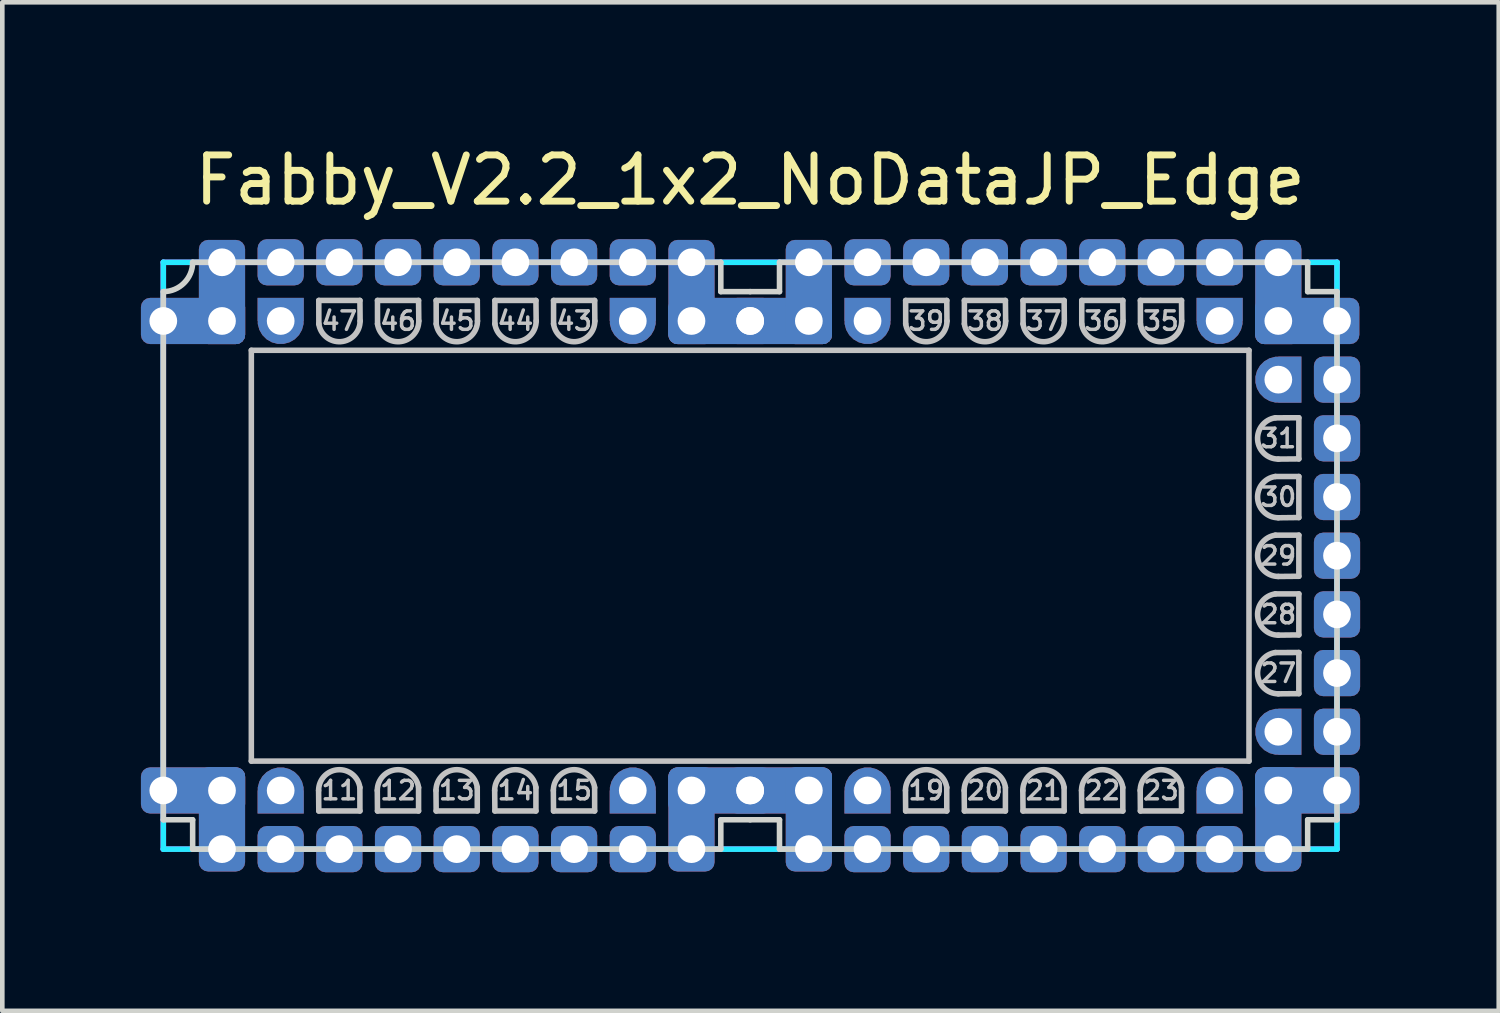
<source format=kicad_pcb>
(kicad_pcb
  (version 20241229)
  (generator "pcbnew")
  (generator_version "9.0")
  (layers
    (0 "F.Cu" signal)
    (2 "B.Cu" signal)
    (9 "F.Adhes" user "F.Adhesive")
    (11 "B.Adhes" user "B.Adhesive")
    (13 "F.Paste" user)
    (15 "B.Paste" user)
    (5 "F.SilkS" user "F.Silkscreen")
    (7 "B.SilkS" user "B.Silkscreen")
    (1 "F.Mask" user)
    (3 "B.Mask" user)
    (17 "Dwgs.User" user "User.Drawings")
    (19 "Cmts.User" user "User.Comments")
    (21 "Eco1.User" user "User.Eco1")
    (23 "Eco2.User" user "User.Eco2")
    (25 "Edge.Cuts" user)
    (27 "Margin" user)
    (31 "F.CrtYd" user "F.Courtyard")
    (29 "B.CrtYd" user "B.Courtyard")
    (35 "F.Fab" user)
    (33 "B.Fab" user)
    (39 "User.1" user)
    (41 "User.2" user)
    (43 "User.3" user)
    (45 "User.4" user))
  (footprint "Fabby_V2.2_1x2_NoDataJP_Edge"
    (layer "F.Cu")
    (at 13.184 8.976)
    (property "Reference" "Fabby_V2.2_1x2_NoDataJP_Edge" (at 0 -8.128 0) (layer "F.SilkS") (effects (font (size 1 1) (thickness 0.15))))
    (attr through_hole)
    (fp_line (start -10.795 -4.445) (end 10.795 -4.445) (stroke (width 0.12) (type solid)) (layer "Dwgs.User"))
    (fp_line (start -10.795 4.445) (end -10.795 -4.445) (stroke (width 0.12) (type solid)) (layer "Dwgs.User"))
    (fp_line (start -9.339 5.08) (end -9.335 5.524) (stroke (width 0.12) (type solid)) (layer "Dwgs.User"))
    (fp_line (start -9.335 -5.524) (end -9.334 -5.017) (stroke (width 0.12) (type solid)) (layer "Dwgs.User"))
    (fp_line (start -9.335 5.524) (end -8.445 5.524) (stroke (width 0.12) (type solid)) (layer "Dwgs.User"))
    (fp_line (start -8.445 -5.524) (end -9.335 -5.524) (stroke (width 0.12) (type solid)) (layer "Dwgs.User"))
    (fp_line (start -8.445 5.524) (end -8.446 5.017) (stroke (width 0.12) (type solid)) (layer "Dwgs.User"))
    (fp_line (start -8.441 -5.08) (end -8.445 -5.524) (stroke (width 0.12) (type solid)) (layer "Dwgs.User"))
    (fp_line (start -8.069 5.08) (end -8.065 5.524) (stroke (width 0.12) (type solid)) (layer "Dwgs.User"))
    (fp_line (start -8.065 -5.524) (end -8.064 -5.017) (stroke (width 0.12) (type solid)) (layer "Dwgs.User"))
    (fp_line (start -8.065 5.524) (end -7.176 5.524) (stroke (width 0.12) (type solid)) (layer "Dwgs.User"))
    (fp_line (start -7.176 -5.524) (end -8.065 -5.524) (stroke (width 0.12) (type solid)) (layer "Dwgs.User"))
    (fp_line (start -7.176 5.524) (end -7.176 5.017) (stroke (width 0.12) (type solid)) (layer "Dwgs.User"))
    (fp_line (start -7.171 -5.08) (end -7.176 -5.524) (stroke (width 0.12) (type solid)) (layer "Dwgs.User"))
    (fp_line (start -6.799 5.08) (end -6.795 5.524) (stroke (width 0.12) (type solid)) (layer "Dwgs.User"))
    (fp_line (start -6.795 -5.524) (end -6.794 -5.017) (stroke (width 0.12) (type solid)) (layer "Dwgs.User"))
    (fp_line (start -6.795 5.524) (end -5.905 5.524) (stroke (width 0.12) (type solid)) (layer "Dwgs.User"))
    (fp_line (start -5.905 -5.524) (end -6.795 -5.524) (stroke (width 0.12) (type solid)) (layer "Dwgs.User"))
    (fp_line (start -5.905 5.524) (end -5.906 5.017) (stroke (width 0.12) (type solid)) (layer "Dwgs.User"))
    (fp_line (start -5.901 -5.08) (end -5.905 -5.524) (stroke (width 0.12) (type solid)) (layer "Dwgs.User"))
    (fp_line (start -5.529 5.08) (end -5.524 5.524) (stroke (width 0.12) (type solid)) (layer "Dwgs.User"))
    (fp_line (start -5.524 -5.524) (end -5.524 -5.017) (stroke (width 0.12) (type solid)) (layer "Dwgs.User"))
    (fp_line (start -5.524 5.524) (end -4.636 5.524) (stroke (width 0.12) (type solid)) (layer "Dwgs.User"))
    (fp_line (start -4.636 -5.524) (end -5.524 -5.524) (stroke (width 0.12) (type solid)) (layer "Dwgs.User"))
    (fp_line (start -4.636 5.524) (end -4.636 5.017) (stroke (width 0.12) (type solid)) (layer "Dwgs.User"))
    (fp_line (start -4.631 -5.08) (end -4.636 -5.524) (stroke (width 0.12) (type solid)) (layer "Dwgs.User"))
    (fp_line (start -4.259 5.08) (end -4.255 5.524) (stroke (width 0.12) (type solid)) (layer "Dwgs.User"))
    (fp_line (start -4.255 -5.524) (end -4.254 -5.017) (stroke (width 0.12) (type solid)) (layer "Dwgs.User"))
    (fp_line (start -4.255 5.524) (end -3.365 5.524) (stroke (width 0.12) (type solid)) (layer "Dwgs.User"))
    (fp_line (start -3.365 -5.524) (end -4.255 -5.524) (stroke (width 0.12) (type solid)) (layer "Dwgs.User"))
    (fp_line (start -3.365 5.524) (end -3.366 5.017) (stroke (width 0.12) (type solid)) (layer "Dwgs.User"))
    (fp_line (start -3.361 -5.08) (end -3.365 -5.524) (stroke (width 0.12) (type solid)) (layer "Dwgs.User"))
    (fp_line (start 3.361 5.08) (end 3.365 5.524) (stroke (width 0.12) (type solid)) (layer "Dwgs.User"))
    (fp_line (start 3.365 -5.524) (end 3.366 -5.017) (stroke (width 0.12) (type solid)) (layer "Dwgs.User"))
    (fp_line (start 3.365 5.524) (end 4.255 5.524) (stroke (width 0.12) (type solid)) (layer "Dwgs.User"))
    (fp_line (start 4.255 -5.524) (end 3.365 -5.524) (stroke (width 0.12) (type solid)) (layer "Dwgs.User"))
    (fp_line (start 4.255 5.524) (end 4.254 5.017) (stroke (width 0.12) (type solid)) (layer "Dwgs.User"))
    (fp_line (start 4.259 -5.08) (end 4.255 -5.524) (stroke (width 0.12) (type solid)) (layer "Dwgs.User"))
    (fp_line (start 4.631 5.08) (end 4.636 5.524) (stroke (width 0.12) (type solid)) (layer "Dwgs.User"))
    (fp_line (start 4.636 -5.524) (end 4.636 -5.017) (stroke (width 0.12) (type solid)) (layer "Dwgs.User"))
    (fp_line (start 4.636 5.524) (end 5.524 5.524) (stroke (width 0.12) (type solid)) (layer "Dwgs.User"))
    (fp_line (start 5.524 -5.524) (end 4.636 -5.524) (stroke (width 0.12) (type solid)) (layer "Dwgs.User"))
    (fp_line (start 5.524 5.524) (end 5.524 5.017) (stroke (width 0.12) (type solid)) (layer "Dwgs.User"))
    (fp_line (start 5.529 -5.08) (end 5.524 -5.524) (stroke (width 0.12) (type solid)) (layer "Dwgs.User"))
    (fp_line (start 5.901 5.08) (end 5.905 5.524) (stroke (width 0.12) (type solid)) (layer "Dwgs.User"))
    (fp_line (start 5.905 -5.524) (end 5.906 -5.017) (stroke (width 0.12) (type solid)) (layer "Dwgs.User"))
    (fp_line (start 5.905 5.524) (end 6.795 5.524) (stroke (width 0.12) (type solid)) (layer "Dwgs.User"))
    (fp_line (start 6.795 -5.524) (end 5.905 -5.524) (stroke (width 0.12) (type solid)) (layer "Dwgs.User"))
    (fp_line (start 6.795 5.524) (end 6.794 5.017) (stroke (width 0.12) (type solid)) (layer "Dwgs.User"))
    (fp_line (start 6.799 -5.08) (end 6.795 -5.524) (stroke (width 0.12) (type solid)) (layer "Dwgs.User"))
    (fp_line (start 7.171 5.08) (end 7.176 5.524) (stroke (width 0.12) (type solid)) (layer "Dwgs.User"))
    (fp_line (start 7.176 -5.524) (end 7.176 -5.017) (stroke (width 0.12) (type solid)) (layer "Dwgs.User"))
    (fp_line (start 7.176 5.524) (end 8.065 5.524) (stroke (width 0.12) (type solid)) (layer "Dwgs.User"))
    (fp_line (start 8.065 -5.524) (end 7.176 -5.524) (stroke (width 0.12) (type solid)) (layer "Dwgs.User"))
    (fp_line (start 8.065 5.524) (end 8.064 5.017) (stroke (width 0.12) (type solid)) (layer "Dwgs.User"))
    (fp_line (start 8.069 -5.08) (end 8.065 -5.524) (stroke (width 0.12) (type solid)) (layer "Dwgs.User"))
    (fp_line (start 8.441 5.08) (end 8.445 5.524) (stroke (width 0.12) (type solid)) (layer "Dwgs.User"))
    (fp_line (start 8.445 -5.524) (end 8.446 -5.017) (stroke (width 0.12) (type solid)) (layer "Dwgs.User"))
    (fp_line (start 8.445 5.524) (end 9.335 5.524) (stroke (width 0.12) (type solid)) (layer "Dwgs.User"))
    (fp_line (start 9.335 -5.524) (end 8.445 -5.524) (stroke (width 0.12) (type solid)) (layer "Dwgs.User"))
    (fp_line (start 9.335 5.524) (end 9.334 5.017) (stroke (width 0.12) (type solid)) (layer "Dwgs.User"))
    (fp_line (start 9.339 -5.08) (end 9.335 -5.524) (stroke (width 0.12) (type solid)) (layer "Dwgs.User"))
    (fp_line (start 10.795 -4.445) (end 10.795 4.445) (stroke (width 0.12) (type solid)) (layer "Dwgs.User"))
    (fp_line (start 10.795 4.445) (end -10.795 4.445) (stroke (width 0.12) (type solid)) (layer "Dwgs.User"))
    (fp_line (start 11.43 -2.091) (end 11.874 -2.095) (stroke (width 0.12) (type solid)) (layer "Dwgs.User"))
    (fp_line (start 11.43 -0.821) (end 11.874 -0.826) (stroke (width 0.12) (type solid)) (layer "Dwgs.User"))
    (fp_line (start 11.43 0.449) (end 11.874 0.445) (stroke (width 0.12) (type solid)) (layer "Dwgs.User"))
    (fp_line (start 11.43 1.719) (end 11.874 1.714) (stroke (width 0.12) (type solid)) (layer "Dwgs.User"))
    (fp_line (start 11.43 2.989) (end 11.874 2.985) (stroke (width 0.12) (type solid)) (layer "Dwgs.User"))
    (fp_line (start 11.874 -2.985) (end 11.367 -2.984) (stroke (width 0.12) (type solid)) (layer "Dwgs.User"))
    (fp_line (start 11.874 -2.095) (end 11.874 -2.985) (stroke (width 0.12) (type solid)) (layer "Dwgs.User"))
    (fp_line (start 11.874 -1.714) (end 11.367 -1.714) (stroke (width 0.12) (type solid)) (layer "Dwgs.User"))
    (fp_line (start 11.874 -0.826) (end 11.874 -1.714) (stroke (width 0.12) (type solid)) (layer "Dwgs.User"))
    (fp_line (start 11.874 -0.445) (end 11.367 -0.444) (stroke (width 0.12) (type solid)) (layer "Dwgs.User"))
    (fp_line (start 11.874 0.445) (end 11.874 -0.445) (stroke (width 0.12) (type solid)) (layer "Dwgs.User"))
    (fp_line (start 11.874 0.826) (end 11.367 0.826) (stroke (width 0.12) (type solid)) (layer "Dwgs.User"))
    (fp_line (start 11.874 1.714) (end 11.874 0.826) (stroke (width 0.12) (type solid)) (layer "Dwgs.User"))
    (fp_line (start 11.874 2.095) (end 11.367 2.096) (stroke (width 0.12) (type solid)) (layer "Dwgs.User"))
    (fp_line (start 11.874 2.985) (end 11.874 2.095) (stroke (width 0.12) (type solid)) (layer "Dwgs.User"))
    (fp_arc (start -9.339012 5.079999) (mid -8.921829 4.632118) (end -8.445501 5.016501) (stroke (width 0.12) (type solid)) (layer "Dwgs.User"))
    (fp_arc (start -8.440988 -5.079999) (mid -8.858171 -4.632118) (end -9.334499 -5.016501) (stroke (width 0.12) (type solid)) (layer "Dwgs.User"))
    (fp_arc (start -8.069012 5.079999) (mid -7.651829 4.632118) (end -7.175501 5.016501) (stroke (width 0.12) (type solid)) (layer "Dwgs.User"))
    (fp_arc (start -7.170988 -5.079999) (mid -7.588171 -4.632118) (end -8.064499 -5.016501) (stroke (width 0.12) (type solid)) (layer "Dwgs.User"))
    (fp_arc (start -6.799012 5.079999) (mid -6.381829 4.632118) (end -5.905501 5.016501) (stroke (width 0.12) (type solid)) (layer "Dwgs.User"))
    (fp_arc (start -5.900988 -5.079999) (mid -6.318171 -4.632118) (end -6.794499 -5.016501) (stroke (width 0.12) (type solid)) (layer "Dwgs.User"))
    (fp_arc (start -5.529012 5.079999) (mid -5.111829 4.632118) (end -4.635501 5.016501) (stroke (width 0.12) (type solid)) (layer "Dwgs.User"))
    (fp_arc (start -4.630988 -5.079999) (mid -5.048171 -4.632118) (end -5.524499 -5.016501) (stroke (width 0.12) (type solid)) (layer "Dwgs.User"))
    (fp_arc (start -4.259012 5.079999) (mid -3.841829 4.632118) (end -3.365501 5.016501) (stroke (width 0.12) (type solid)) (layer "Dwgs.User"))
    (fp_arc (start -3.360988 -5.079999) (mid -3.778171 -4.632118) (end -4.254499 -5.016501) (stroke (width 0.12) (type solid)) (layer "Dwgs.User"))
    (fp_arc (start 3.360988 5.079999) (mid 3.778171 4.632118) (end 4.254499 5.016501) (stroke (width 0.12) (type solid)) (layer "Dwgs.User"))
    (fp_arc (start 4.259012 -5.079999) (mid 3.841829 -4.632118) (end 3.365501 -5.016501) (stroke (width 0.12) (type solid)) (layer "Dwgs.User"))
    (fp_arc (start 4.630988 5.079999) (mid 5.048171 4.632118) (end 5.524499 5.016501) (stroke (width 0.12) (type solid)) (layer "Dwgs.User"))
    (fp_arc (start 5.529012 -5.079999) (mid 5.111829 -4.632118) (end 4.635501 -5.016501) (stroke (width 0.12) (type solid)) (layer "Dwgs.User"))
    (fp_arc (start 5.900988 5.079999) (mid 6.318171 4.632118) (end 6.794499 5.016501) (stroke (width 0.12) (type solid)) (layer "Dwgs.User"))
    (fp_arc (start 6.799012 -5.079999) (mid 6.381829 -4.632118) (end 5.905501 -5.016501) (stroke (width 0.12) (type solid)) (layer "Dwgs.User"))
    (fp_arc (start 7.170988 5.079999) (mid 7.588171 4.632118) (end 8.064499 5.016501) (stroke (width 0.12) (type solid)) (layer "Dwgs.User"))
    (fp_arc (start 8.069012 -5.079999) (mid 7.651829 -4.632118) (end 7.175501 -5.016501) (stroke (width 0.12) (type solid)) (layer "Dwgs.User"))
    (fp_arc (start 8.440988 5.079999) (mid 8.858171 4.632118) (end 9.334499 5.016501) (stroke (width 0.12) (type solid)) (layer "Dwgs.User"))
    (fp_arc (start 9.339012 -5.079999) (mid 8.921829 -4.632118) (end 8.445501 -5.016501) (stroke (width 0.12) (type solid)) (layer "Dwgs.User"))
    (fp_arc (start 11.429999 -2.090988) (mid 10.982118 -2.508171) (end 11.366501 -2.984499) (stroke (width 0.12) (type solid)) (layer "Dwgs.User"))
    (fp_arc (start 11.429999 -0.820988) (mid 10.982118 -1.238171) (end 11.366501 -1.714499) (stroke (width 0.12) (type solid)) (layer "Dwgs.User"))
    (fp_arc (start 11.429999 0.449012) (mid 10.982118 0.031829) (end 11.366501 -0.444499) (stroke (width 0.12) (type solid)) (layer "Dwgs.User"))
    (fp_arc (start 11.429999 1.719012) (mid 10.982118 1.301829) (end 11.366501 0.825501) (stroke (width 0.12) (type solid)) (layer "Dwgs.User"))
    (fp_arc (start 11.429999 2.989012) (mid 10.982118 2.571829) (end 11.366501 2.095501) (stroke (width 0.12) (type solid)) (layer "Dwgs.User"))
    (fp_line (start -12.7 -5.715) (end -12.7 5.715) (stroke (width 0.12) (type solid)) (layer "Edge.Cuts"))
    (fp_line (start -12.7 5.715) (end -12.065 5.715) (stroke (width 0.12) (type solid)) (layer "Edge.Cuts"))
    (fp_line (start -12.065 -6.35) (end -0.635 -6.35) (stroke (width 0.12) (type solid)) (layer "Edge.Cuts"))
    (fp_line (start -12.065 5.715) (end -12.065 6.35) (stroke (width 0.12) (type solid)) (layer "Edge.Cuts"))
    (fp_line (start -0.635 -6.35) (end -0.635 -5.715) (stroke (width 0.12) (type solid)) (layer "Edge.Cuts"))
    (fp_line (start -0.635 -5.715) (end 0 -5.715) (stroke (width 0.12) (type solid)) (layer "Edge.Cuts"))
    (fp_line (start -0.635 5.715) (end 0 5.715) (stroke (width 0.12) (type solid)) (layer "Edge.Cuts"))
    (fp_line (start -0.635 6.35) (end -12.065 6.35) (stroke (width 0.12) (type solid)) (layer "Edge.Cuts"))
    (fp_line (start -0.635 6.35) (end -0.635 5.715) (stroke (width 0.12) (type solid)) (layer "Edge.Cuts"))
    (fp_line (start 0 -5.715) (end 0.635 -5.715) (stroke (width 0.12) (type solid)) (layer "Edge.Cuts"))
    (fp_line (start 0 5.715) (end 0.635 5.715) (stroke (width 0.12) (type solid)) (layer "Edge.Cuts"))
    (fp_line (start 0.635 -6.35) (end 12.065 -6.35) (stroke (width 0.12) (type solid)) (layer "Edge.Cuts"))
    (fp_line (start 0.635 -5.715) (end 0.635 -6.35) (stroke (width 0.12) (type solid)) (layer "Edge.Cuts"))
    (fp_line (start 0.635 6.35) (end 0.635 5.715) (stroke (width 0.12) (type solid)) (layer "Edge.Cuts"))
    (fp_line (start 0.635 6.35) (end 12.065 6.35) (stroke (width 0.12) (type solid)) (layer "Edge.Cuts"))
    (fp_line (start 12.065 -6.35) (end 12.065 -5.715) (stroke (width 0.12) (type solid)) (layer "Edge.Cuts"))
    (fp_line (start 12.065 -5.715) (end 12.7 -5.715) (stroke (width 0.12) (type solid)) (layer "Edge.Cuts"))
    (fp_line (start 12.065 6.35) (end 12.065 5.715) (stroke (width 0.12) (type solid)) (layer "Edge.Cuts"))
    (fp_line (start 12.7 -5.715) (end 12.7 5.715) (stroke (width 0.12) (type solid)) (layer "Edge.Cuts"))
    (fp_line (start 12.7 5.715) (end 12.065 5.715) (stroke (width 0.12) (type solid)) (layer "Edge.Cuts"))
    (fp_arc (start -12.065 -6.35) (mid -12.250987 -5.900987) (end -12.7 -5.715) (stroke (width 0.12) (type solid)) (layer "Edge.Cuts"))
    (fp_line (start -12.7 -6.35) (end 12.7 -6.35) (stroke (width 0.12) (type solid)) (layer "B.CrtYd"))
    (fp_line (start -12.7 6.35) (end -12.7 -6.35) (stroke (width 0.12) (type solid)) (layer "B.CrtYd"))
    (fp_line (start 12.7 -6.35) (end 12.7 6.35) (stroke (width 0.12) (type solid)) (layer "B.CrtYd"))
    (fp_line (start 12.7 6.35) (end -12.7 6.35) (stroke (width 0.12) (type solid)) (layer "B.CrtYd"))
    (fp_line (start -12.7 -6.35) (end 12.7 -6.35) (stroke (width 0.12) (type solid)) (layer "F.CrtYd"))
    (fp_line (start -12.7 6.35) (end -12.7 -6.35) (stroke (width 0.12) (type solid)) (layer "F.CrtYd"))
    (fp_line (start 12.7 -6.35) (end 12.7 6.35) (stroke (width 0.12) (type solid)) (layer "F.CrtYd"))
    (fp_line (start 12.7 6.35) (end -12.7 6.35) (stroke (width 0.12) (type solid)) (layer "F.CrtYd"))
    (fp_text user "14" (at -5.08 5.08 0) (layer "Dwgs.User") (effects (font (size 0.4 0.4) (thickness 0.075))))
    (fp_text user "43" (at -3.81 -5.08 0) (layer "Dwgs.User") (effects (font (size 0.4 0.4) (thickness 0.075))))
    (fp_text user "30" (at 11.43 -1.27 0) (layer "Dwgs.User") (effects (font (size 0.4 0.4) (thickness 0.075))))
    (fp_text user "22" (at 7.62 5.08 0) (layer "Dwgs.User") (effects (font (size 0.4 0.4) (thickness 0.075))))
    (fp_text user "29" (at 11.43 0 0) (layer "Dwgs.User") (effects (font (size 0.4 0.4) (thickness 0.075))))
    (fp_text user "37" (at 6.35 -5.08 0) (layer "Dwgs.User") (effects (font (size 0.4 0.4) (thickness 0.075))))
    (fp_text user "23" (at 8.89 5.08 0) (layer "Dwgs.User") (effects (font (size 0.4 0.4) (thickness 0.075))))
    (fp_text user "11" (at -8.89 5.08 0) (layer "Dwgs.User") (effects (font (size 0.4 0.4) (thickness 0.075))))
    (fp_text user "35" (at 8.89 -5.08 0) (layer "Dwgs.User") (effects (font (size 0.4 0.4) (thickness 0.075))))
    (fp_text user "15" (at -3.81 5.08 0) (layer "Dwgs.User") (effects (font (size 0.4 0.4) (thickness 0.075))))
    (fp_text user "44" (at -5.08 -5.08 0) (layer "Dwgs.User") (effects (font (size 0.4 0.4) (thickness 0.075))))
    (fp_text user "12" (at -7.62 5.08 0) (layer "Dwgs.User") (effects (font (size 0.4 0.4) (thickness 0.075))))
    (fp_text user "28" (at 11.43 1.27 0) (layer "Dwgs.User") (effects (font (size 0.4 0.4) (thickness 0.075))))
    (fp_text user "27" (at 11.43 2.54 0) (layer "Dwgs.User") (effects (font (size 0.4 0.4) (thickness 0.075))))
    (fp_text user "46" (at -7.62 -5.08 0) (layer "Dwgs.User") (effects (font (size 0.4 0.4) (thickness 0.075))))
    (fp_text user "20" (at 5.08 5.08 0) (layer "Dwgs.User") (effects (font (size 0.4 0.4) (thickness 0.075))))
    (fp_text user "19" (at 3.81 5.08 0) (layer "Dwgs.User") (effects (font (size 0.4 0.4) (thickness 0.075))))
    (fp_text user "13" (at -6.35 5.08 0) (layer "Dwgs.User") (effects (font (size 0.4 0.4) (thickness 0.075))))
    (fp_text user "45" (at -6.35 -5.08 0) (layer "Dwgs.User") (effects (font (size 0.4 0.4) (thickness 0.075))))
    (fp_text user "21" (at 6.35 5.08 0) (layer "Dwgs.User") (effects (font (size 0.4 0.4) (thickness 0.075))))
    (fp_text user "47" (at -8.89 -5.08 0) (layer "Dwgs.User") (effects (font (size 0.4 0.4) (thickness 0.075))))
    (fp_text user "31" (at 11.43 -2.54 0) (layer "Dwgs.User") (effects (font (size 0.4 0.4) (thickness 0.075))))
    (fp_text user "36" (at 7.62 -5.08 0) (layer "Dwgs.User") (effects (font (size 0.4 0.4) (thickness 0.075))))
    (fp_text user "38" (at 5.08 -5.08 0) (layer "Dwgs.User") (effects (font (size 0.4 0.4) (thickness 0.075))))
    (fp_text user "39" (at 3.81 -5.08 0) (layer "Dwgs.User") (effects (font (size 0.4 0.4) (thickness 0.075))))
    (pad "" thru_hole roundrect (at -10.16 -6.35 270) (size 1 1) (drill 0.6) (layers "*.Cu" "*.Mask") (roundrect_rratio 0.2))
    (pad "" thru_hole roundrect (at -10.16 6.35 270) (size 1 1) (drill 0.6) (layers "*.Cu" "*.Mask") (roundrect_rratio 0.2))
    (pad "" thru_hole roundrect (at -2.54 -6.35 270) (size 1 1) (drill 0.6) (layers "*.Cu" "*.Mask") (roundrect_rratio 0.2))
    (pad "" thru_hole roundrect (at -2.54 6.35 270) (size 1 1) (drill 0.6) (layers "*.Cu" "*.Mask") (roundrect_rratio 0.2))
    (pad "" thru_hole roundrect (at 2.54 -6.35 270) (size 1 1) (drill 0.6) (layers "*.Cu" "*.Mask") (roundrect_rratio 0.2))
    (pad "" thru_hole roundrect (at 2.54 6.35 270) (size 1 1) (drill 0.6) (layers "*.Cu" "*.Mask") (roundrect_rratio 0.2))
    (pad "" thru_hole roundrect (at 10.16 -6.35 270) (size 1 1) (drill 0.6) (layers "*.Cu" "*.Mask") (roundrect_rratio 0.2))
    (pad "" thru_hole roundrect (at 10.16 6.35 270) (size 1 1) (drill 0.6) (layers "*.Cu" "*.Mask") (roundrect_rratio 0.2))
    (pad "" thru_hole roundrect (at 12.7 -3.81 270) (size 1 1) (drill 0.6) (layers "*.Cu" "*.Mask") (roundrect_rratio 0.2))
    (pad "" thru_hole roundrect (at 12.7 3.81 270) (size 1 1) (drill 0.6) (layers "*.Cu" "*.Mask") (roundrect_rratio 0.2))
    (pad "1" thru_hole roundrect (at -12.7 -5.08 270) (size 1 2.254) (drill 0.6 (offset 0 -0.643)) (layers "*.Cu" "*.Mask") (roundrect_rratio 0.2))
    (pad "1" thru_hole roundrect (at -11.43 -6.35 180) (size 1 2.254) (drill 0.6 (offset 0 -0.643)) (layers "*.Cu" "*.Mask") (roundrect_rratio 0.2))
    (pad "1" thru_hole roundrect (at -11.43 -5.08 270) (size 1 1) (drill 0.6) (layers "*.Cu" "*.Mask") (roundrect_rratio 0.2))
    (pad "9" thru_hole roundrect (at -12.7 5.08 270) (size 1 2.254) (drill 0.6 (offset 0 -0.643)) (layers "*.Cu" "*.Mask") (roundrect_rratio 0.2))
    (pad "9" thru_hole roundrect (at -11.43 5.08 270) (size 1 1) (drill 0.6) (layers "*.Cu" "*.Mask") (roundrect_rratio 0.2))
    (pad "9" thru_hole roundrect (at -11.43 6.35) (size 1 2.254) (drill 0.6 (offset 0 -0.643)) (layers "*.Cu" "*.Mask") (roundrect_rratio 0.2))
    (pad "10" thru_hole custom (at -10.16 5.08 90) (size 1 1) (drill 0.6) (layers "*.Cu" "*.Mask") (options (anchor circle)) (primitives (gr_poly (pts (xy -0.5 -0.5) (xy 0 -0.5) (xy 0 0.5) (xy -0.5 0.5)) (width 0) (fill yes))))
    (pad "11" thru_hole roundrect (at -8.89 6.35 270) (size 1 1) (drill 0.6) (layers "*.Cu" "*.Mask") (roundrect_rratio 0.2))
    (pad "12" thru_hole roundrect (at -7.62 6.35 270) (size 1 1) (drill 0.6) (layers "*.Cu" "*.Mask") (roundrect_rratio 0.2))
    (pad "13" thru_hole roundrect (at -6.35 6.35 270) (size 1 1) (drill 0.6) (layers "*.Cu" "*.Mask") (roundrect_rratio 0.2))
    (pad "14" thru_hole roundrect (at -5.08 6.35 270) (size 1 1) (drill 0.6) (layers "*.Cu" "*.Mask") (roundrect_rratio 0.2))
    (pad "15" thru_hole roundrect (at -3.81 6.35 270) (size 1 1) (drill 0.6) (layers "*.Cu" "*.Mask") (roundrect_rratio 0.2))
    (pad "16" thru_hole custom (at -2.54 5.08 90) (size 1 1) (drill 0.6) (layers "*.Cu" "*.Mask") (options (anchor circle)) (primitives (gr_poly (pts (xy -0.5 -0.5) (xy 0 -0.5) (xy 0 0.5) (xy -0.5 0.5)) (width 0) (fill yes))))
    (pad "17" thru_hole roundrect (at -1.27 5.08 270) (size 1 1) (drill 0.6) (layers "*.Cu" "*.Mask") (roundrect_rratio 0.2))
    (pad "17" thru_hole roundrect (at -1.27 6.35) (size 1 2.254) (drill 0.6 (offset 0 -0.643)) (layers "*.Cu" "*.Mask") (roundrect_rratio 0.2))
    (pad "17" thru_hole roundrect (at 0 5.08 90) (size 1 2.254) (drill 0.6 (offset 0 -0.643)) (layers "*.Cu" "*.Mask") (roundrect_rratio 0.2))
    (pad "17" thru_hole roundrect (at 0 5.08 270) (size 1 2.254) (drill 0.6 (offset 0 -0.643)) (layers "*.Cu" "*.Mask") (roundrect_rratio 0.2))
    (pad "17" thru_hole roundrect (at 1.27 5.08 270) (size 1 1) (drill 0.6) (layers "*.Cu" "*.Mask") (roundrect_rratio 0.2))
    (pad "17" thru_hole roundrect (at 1.27 6.35) (size 1 2.254) (drill 0.6 (offset 0 -0.643)) (layers "*.Cu" "*.Mask") (roundrect_rratio 0.2))
    (pad "18" thru_hole custom (at 2.54 5.08 90) (size 1 1) (drill 0.6) (layers "*.Cu" "*.Mask") (options (anchor circle)) (primitives (gr_poly (pts (xy -0.5 -0.5) (xy 0 -0.5) (xy 0 0.5) (xy -0.5 0.5)) (width 0) (fill yes))))
    (pad "19" thru_hole roundrect (at 3.81 6.35 270) (size 1 1) (drill 0.6) (layers "*.Cu" "*.Mask") (roundrect_rratio 0.2))
    (pad "20" thru_hole roundrect (at 5.08 6.35 270) (size 1 1) (drill 0.6) (layers "*.Cu" "*.Mask") (roundrect_rratio 0.2))
    (pad "21" thru_hole roundrect (at 6.35 6.35 270) (size 1 1) (drill 0.6) (layers "*.Cu" "*.Mask") (roundrect_rratio 0.2))
    (pad "22" thru_hole roundrect (at 7.62 6.35 270) (size 1 1) (drill 0.6) (layers "*.Cu" "*.Mask") (roundrect_rratio 0.2))
    (pad "23" thru_hole roundrect (at 8.89 6.35 270) (size 1 1) (drill 0.6) (layers "*.Cu" "*.Mask") (roundrect_rratio 0.2))
    (pad "24" thru_hole custom (at 10.16 5.08 90) (size 1 1) (drill 0.6) (layers "*.Cu" "*.Mask") (options (anchor circle)) (primitives (gr_poly (pts (xy -0.5 -0.5) (xy 0 -0.5) (xy 0 0.5) (xy -0.5 0.5)) (width 0) (fill yes))))
    (pad "25" thru_hole roundrect (at 11.43 5.08 270) (size 1 1) (drill 0.6) (layers "*.Cu" "*.Mask") (roundrect_rratio 0.2))
    (pad "25" thru_hole roundrect (at 11.43 6.35) (size 1 2.254) (drill 0.6 (offset 0 -0.643)) (layers "*.Cu" "*.Mask") (roundrect_rratio 0.2))
    (pad "25" thru_hole roundrect (at 12.7 5.08 90) (size 1 2.254) (drill 0.6 (offset 0 -0.643)) (layers "*.Cu" "*.Mask") (roundrect_rratio 0.2))
    (pad "26" thru_hole custom (at 11.43 3.81 180) (size 1 1) (drill 0.6) (layers "*.Cu" "*.Mask") (options (anchor circle)) (primitives (gr_poly (pts (xy -0.5 -0.5) (xy 0 -0.5) (xy 0 0.5) (xy -0.5 0.5)) (width 0) (fill yes))))
    (pad "27" thru_hole roundrect (at 12.7 2.54 270) (size 1 1) (drill 0.6) (layers "*.Cu" "*.Mask") (roundrect_rratio 0.2))
    (pad "28" thru_hole roundrect (at 12.7 1.27 270) (size 1 1) (drill 0.6) (layers "*.Cu" "*.Mask") (roundrect_rratio 0.2))
    (pad "29" thru_hole roundrect (at 12.7 0 270) (size 1 1) (drill 0.6) (layers "*.Cu" "*.Mask") (roundrect_rratio 0.2))
    (pad "30" thru_hole roundrect (at 12.7 -1.27 270) (size 1 1) (drill 0.6) (layers "*.Cu" "*.Mask") (roundrect_rratio 0.2))
    (pad "31" thru_hole roundrect (at 12.7 -2.54 270) (size 1 1) (drill 0.6) (layers "*.Cu" "*.Mask") (roundrect_rratio 0.2))
    (pad "32" thru_hole custom (at 11.43 -3.81 180) (size 1 1) (drill 0.6) (layers "*.Cu" "*.Mask") (options (anchor circle)) (primitives (gr_poly (pts (xy -0.5 -0.5) (xy 0 -0.5) (xy 0 0.5) (xy -0.5 0.5)) (width 0) (fill yes))))
    (pad "33" thru_hole roundrect (at 11.43 -6.35 180) (size 1 2.254) (drill 0.6 (offset 0 -0.643)) (layers "*.Cu" "*.Mask") (roundrect_rratio 0.2))
    (pad "33" thru_hole roundrect (at 11.43 -5.08 270) (size 1 1) (drill 0.6) (layers "*.Cu" "*.Mask") (roundrect_rratio 0.2))
    (pad "33" thru_hole roundrect (at 12.7 -5.08 90) (size 1 2.254) (drill 0.6 (offset 0 -0.643)) (layers "*.Cu" "*.Mask") (roundrect_rratio 0.2))
    (pad "34" thru_hole custom (at 10.16 -5.08 270) (size 1 1) (drill 0.6) (layers "*.Cu" "*.Mask") (options (anchor circle)) (primitives (gr_poly (pts (xy -0.5 -0.5) (xy 0 -0.5) (xy 0 0.5) (xy -0.5 0.5)) (width 0) (fill yes))))
    (pad "35" thru_hole roundrect (at 8.89 -6.35 270) (size 1 1) (drill 0.6) (layers "*.Cu" "*.Mask") (roundrect_rratio 0.2))
    (pad "36" thru_hole roundrect (at 7.62 -6.35 270) (size 1 1) (drill 0.6) (layers "*.Cu" "*.Mask") (roundrect_rratio 0.2))
    (pad "37" thru_hole roundrect (at 6.35 -6.35 270) (size 1 1) (drill 0.6) (layers "*.Cu" "*.Mask") (roundrect_rratio 0.2))
    (pad "38" thru_hole roundrect (at 5.08 -6.35 270) (size 1 1) (drill 0.6) (layers "*.Cu" "*.Mask") (roundrect_rratio 0.2))
    (pad "39" thru_hole roundrect (at 3.81 -6.35 270) (size 1 1) (drill 0.6) (layers "*.Cu" "*.Mask") (roundrect_rratio 0.2))
    (pad "40" thru_hole custom (at 2.54 -5.08 270) (size 1 1) (drill 0.6) (layers "*.Cu" "*.Mask") (options (anchor circle)) (primitives (gr_poly (pts (xy -0.5 -0.5) (xy 0 -0.5) (xy 0 0.5) (xy -0.5 0.5)) (width 0) (fill yes))))
    (pad "41" thru_hole roundrect (at -1.27 -6.35 180) (size 1 2.254) (drill 0.6 (offset 0 -0.643)) (layers "*.Cu" "*.Mask") (roundrect_rratio 0.2))
    (pad "41" thru_hole roundrect (at -1.27 -5.08 270) (size 1 1) (drill 0.6) (layers "*.Cu" "*.Mask") (roundrect_rratio 0.2))
    (pad "41" thru_hole roundrect (at 0 -5.08 270) (size 1 2.254) (drill 0.6 (offset 0 -0.643)) (layers "*.Cu" "*.Mask") (roundrect_rratio 0.2))
    (pad "41" thru_hole roundrect (at 0 -5.08 90) (size 1 2.254) (drill 0.6 (offset 0 -0.643)) (layers "*.Cu" "*.Mask") (roundrect_rratio 0.2))
    (pad "41" thru_hole roundrect (at 1.27 -6.35 180) (size 1 2.254) (drill 0.6 (offset 0 -0.643)) (layers "*.Cu" "*.Mask") (roundrect_rratio 0.2))
    (pad "41" thru_hole roundrect (at 1.27 -5.08 270) (size 1 1) (drill 0.6) (layers "*.Cu" "*.Mask") (roundrect_rratio 0.2))
    (pad "42" thru_hole custom (at -2.54 -5.08 270) (size 1 1) (drill 0.6) (layers "*.Cu" "*.Mask") (options (anchor circle)) (primitives (gr_poly (pts (xy -0.5 -0.5) (xy 0 -0.5) (xy 0 0.5) (xy -0.5 0.5)) (width 0) (fill yes))))
    (pad "43" thru_hole roundrect (at -3.81 -6.35 270) (size 1 1) (drill 0.6) (layers "*.Cu" "*.Mask") (roundrect_rratio 0.2))
    (pad "44" thru_hole roundrect (at -5.08 -6.35 270) (size 1 1) (drill 0.6) (layers "*.Cu" "*.Mask") (roundrect_rratio 0.2))
    (pad "45" thru_hole roundrect (at -6.35 -6.35 270) (size 1 1) (drill 0.6) (layers "*.Cu" "*.Mask") (roundrect_rratio 0.2))
    (pad "46" thru_hole roundrect (at -7.62 -6.35 270) (size 1 1) (drill 0.6) (layers "*.Cu" "*.Mask") (roundrect_rratio 0.2))
    (pad "47" thru_hole roundrect (at -8.89 -6.35 270) (size 1 1) (drill 0.6) (layers "*.Cu" "*.Mask") (roundrect_rratio 0.2))
    (pad "48" thru_hole custom (at -10.16 -5.08 270) (size 1 1) (drill 0.6) (layers "*.Cu" "*.Mask") (options (anchor circle)) (primitives (gr_poly (pts (xy -0.5 -0.5) (xy 0 -0.5) (xy 0 0.5) (xy -0.5 0.5)) (width 0) (fill yes)))))
  (gr_rect
    (start -3 -3)
    (end 29.384 18.826)
    (stroke (width 0.1) (type default))
    (fill no)
    (layer "Edge.Cuts")))
</source>
